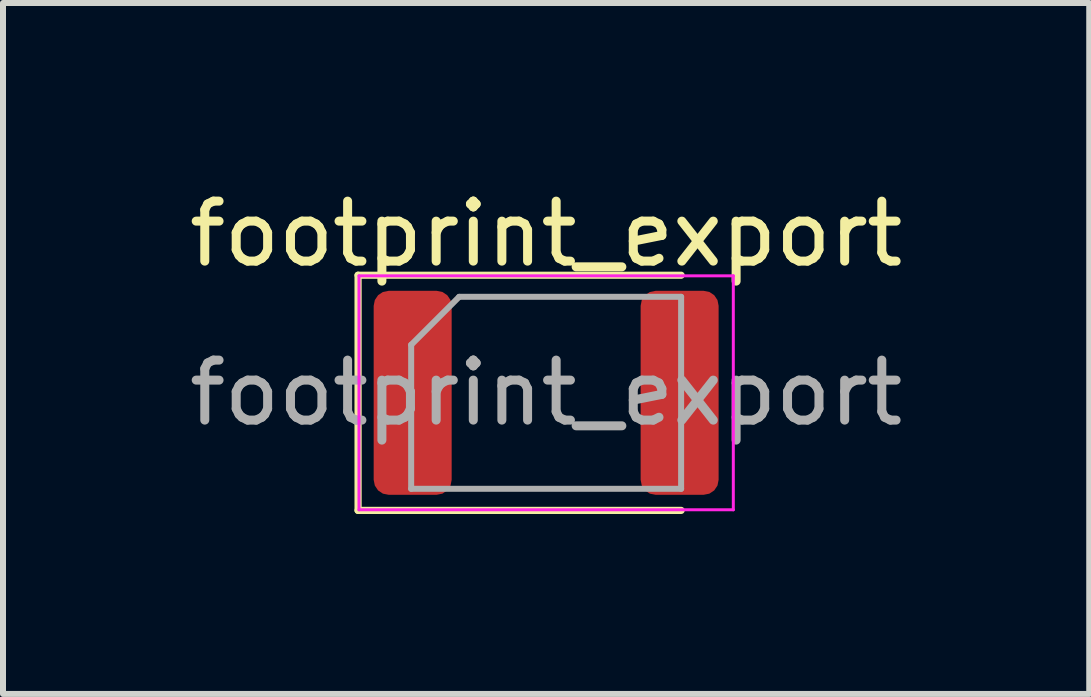
<source format=kicad_pcb>
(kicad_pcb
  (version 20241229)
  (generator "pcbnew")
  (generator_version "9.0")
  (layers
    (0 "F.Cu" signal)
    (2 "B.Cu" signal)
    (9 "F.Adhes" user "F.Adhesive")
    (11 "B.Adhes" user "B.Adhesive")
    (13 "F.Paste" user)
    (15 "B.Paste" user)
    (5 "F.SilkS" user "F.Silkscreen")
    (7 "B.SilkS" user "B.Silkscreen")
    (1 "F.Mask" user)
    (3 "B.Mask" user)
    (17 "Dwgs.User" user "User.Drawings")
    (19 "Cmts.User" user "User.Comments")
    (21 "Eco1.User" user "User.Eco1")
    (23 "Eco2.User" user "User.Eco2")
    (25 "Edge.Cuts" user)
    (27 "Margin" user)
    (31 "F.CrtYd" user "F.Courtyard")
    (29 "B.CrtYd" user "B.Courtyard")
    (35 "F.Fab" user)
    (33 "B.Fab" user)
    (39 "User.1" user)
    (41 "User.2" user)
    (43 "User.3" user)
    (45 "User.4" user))
  (footprint "footprint_export"
    (layer "F.Cu")
    (at 6.054 3.498)
    (property "Reference" "footprint_export" (at 0 -2.65 0) (layer "F.SilkS") (effects (font (size 1 1) (thickness 0.15))))
    (attr smd)
    (fp_line (start -3.135 -1.96) (end -3.135 1.96) (stroke (width 0.12) (type solid)) (layer "F.SilkS"))
    (fp_line (start -3.135 1.96) (end 2.25 1.96) (stroke (width 0.12) (type solid)) (layer "F.SilkS"))
    (fp_line (start 2.25 -1.96) (end -3.135 -1.96) (stroke (width 0.12) (type solid)) (layer "F.SilkS"))
    (fp_line (start -3.12 -1.95) (end 3.12 -1.95) (stroke (width 0.05) (type solid)) (layer "F.CrtYd"))
    (fp_line (start -3.12 1.95) (end -3.12 -1.95) (stroke (width 0.05) (type solid)) (layer "F.CrtYd"))
    (fp_line (start 3.12 -1.95) (end 3.12 1.95) (stroke (width 0.05) (type solid)) (layer "F.CrtYd"))
    (fp_line (start 3.12 1.95) (end -3.12 1.95) (stroke (width 0.05) (type solid)) (layer "F.CrtYd"))
    (fp_line (start -2.25 -0.8) (end -2.25 1.6) (stroke (width 0.1) (type solid)) (layer "F.Fab"))
    (fp_line (start -2.25 1.6) (end 2.25 1.6) (stroke (width 0.1) (type solid)) (layer "F.Fab"))
    (fp_line (start -1.45 -1.6) (end -2.25 -0.8) (stroke (width 0.1) (type solid)) (layer "F.Fab"))
    (fp_line (start 2.25 -1.6) (end -1.45 -1.6) (stroke (width 0.1) (type solid)) (layer "F.Fab"))
    (fp_line (start 2.25 1.6) (end 2.25 -1.6) (stroke (width 0.1) (type solid)) (layer "F.Fab"))
    (fp_text user "${REFERENCE}" (at 0 0 0) (layer "F.Fab") (effects (font (size 1 1) (thickness 0.15))))
    (pad "1" smd roundrect (at -2.225 0) (size 1.3 3.4) (layers "F.Cu" "F.Mask" "F.Paste") (roundrect_rratio 0.192))
    (pad "2" smd roundrect (at 2.225 0) (size 1.3 3.4) (layers "F.Cu" "F.Mask" "F.Paste") (roundrect_rratio 0.192)))
  (gr_rect
    (start -3 -3)
    (end 15.107 8.518)
    (stroke (width 0.1) (type default))
    (fill no)
    (layer "Edge.Cuts")))
</source>
